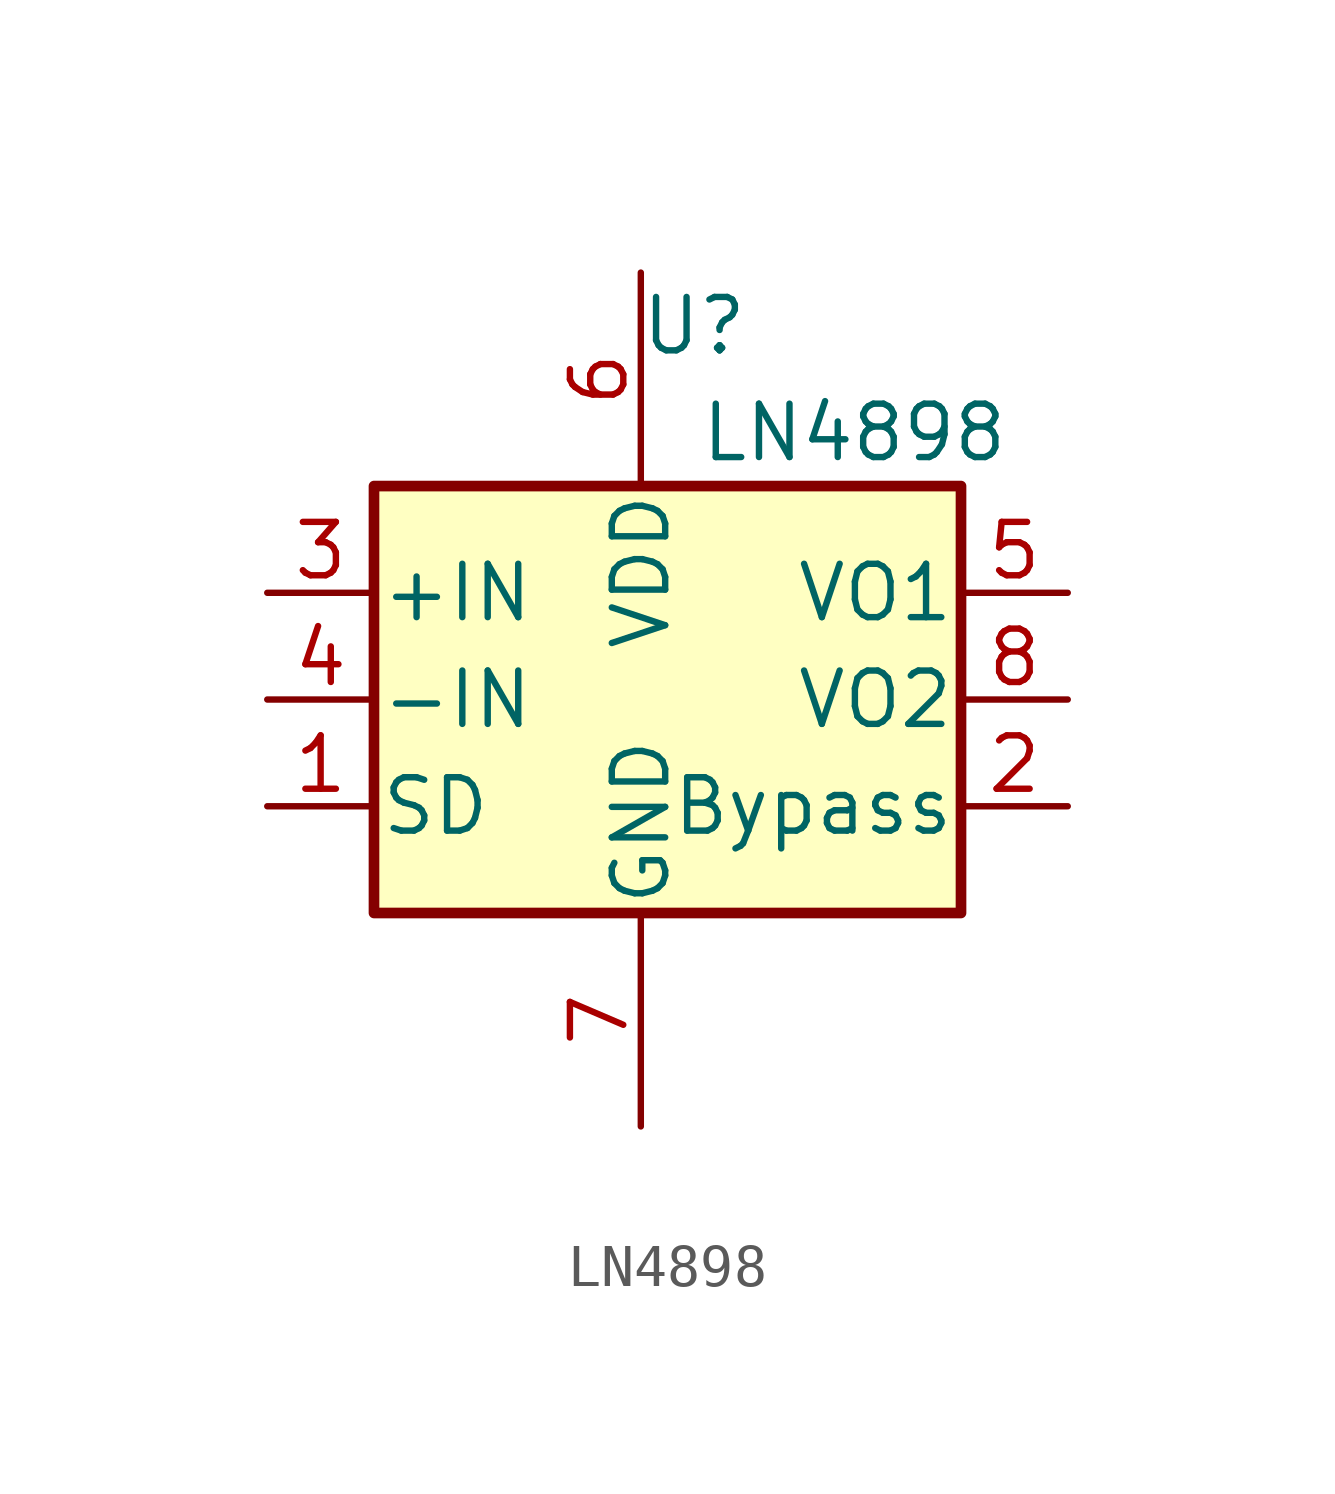
<source format=kicad_sym>
(kicad_symbol_lib
  (version 20220914)
  (generator kicad_symbol_editor)
  (symbol "LN4898"
    (pin_names
      (offset 0.127))
    (property "Reference" "U"
      (at 1.27 8.89 0)
      (effects (font (size 1.27 1.27))))
    (property "Value" "LN4898"
      (at 5.08 6.35 0)
      (effects (font (size 1.27 1.27))))
    (symbol "LN4898_0_1"
      (rectangle (start -6.35 5.08) (end 7.62 -5.08) (stroke (width 0.254) (type default)) (fill (type background))))
    (symbol "LN4898_1_1"
      (pin input line (at -8.89 -2.54 0) (length 2.54) (name "SD" (effects (font (size 1.27 1.27)))) (number "1" (effects (font (size 1.27 1.27)))))
      (pin bidirectional line (at 10.16 -2.54 180) (length 2.54) (name "Bypass" (effects (font (size 1.27 1.27)))) (number "2" (effects (font (size 1.27 1.27)))))
      (pin input line (at -8.89 2.54 0) (length 2.54) (name "+IN" (effects (font (size 1.27 1.27)))) (number "3" (effects (font (size 1.27 1.27)))))
      (pin input line (at -8.89 0 0) (length 2.54) (name "-IN" (effects (font (size 1.27 1.27)))) (number "4" (effects (font (size 1.27 1.27)))))
      (pin input line (at 10.16 2.54 180) (length 2.54) (name "VO1" (effects (font (size 1.27 1.27)))) (number "5" (effects (font (size 1.27 1.27)))))
      (pin power_in line (at 0 10.16 270) (length 5.08) (name "VDD" (effects (font (size 1.27 1.27)))) (number "6" (effects (font (size 1.27 1.27)))))
      (pin power_in line (at 0 -10.16 90) (length 5.08) (name "GND" (effects (font (size 1.27 1.27)))) (number "7" (effects (font (size 1.27 1.27)))))
      (pin input line (at 10.16 0 180) (length 2.54) (name "VO2" (effects (font (size 1.27 1.27)))) (number "8" (effects (font (size 1.27 1.27))))))))
</source>
